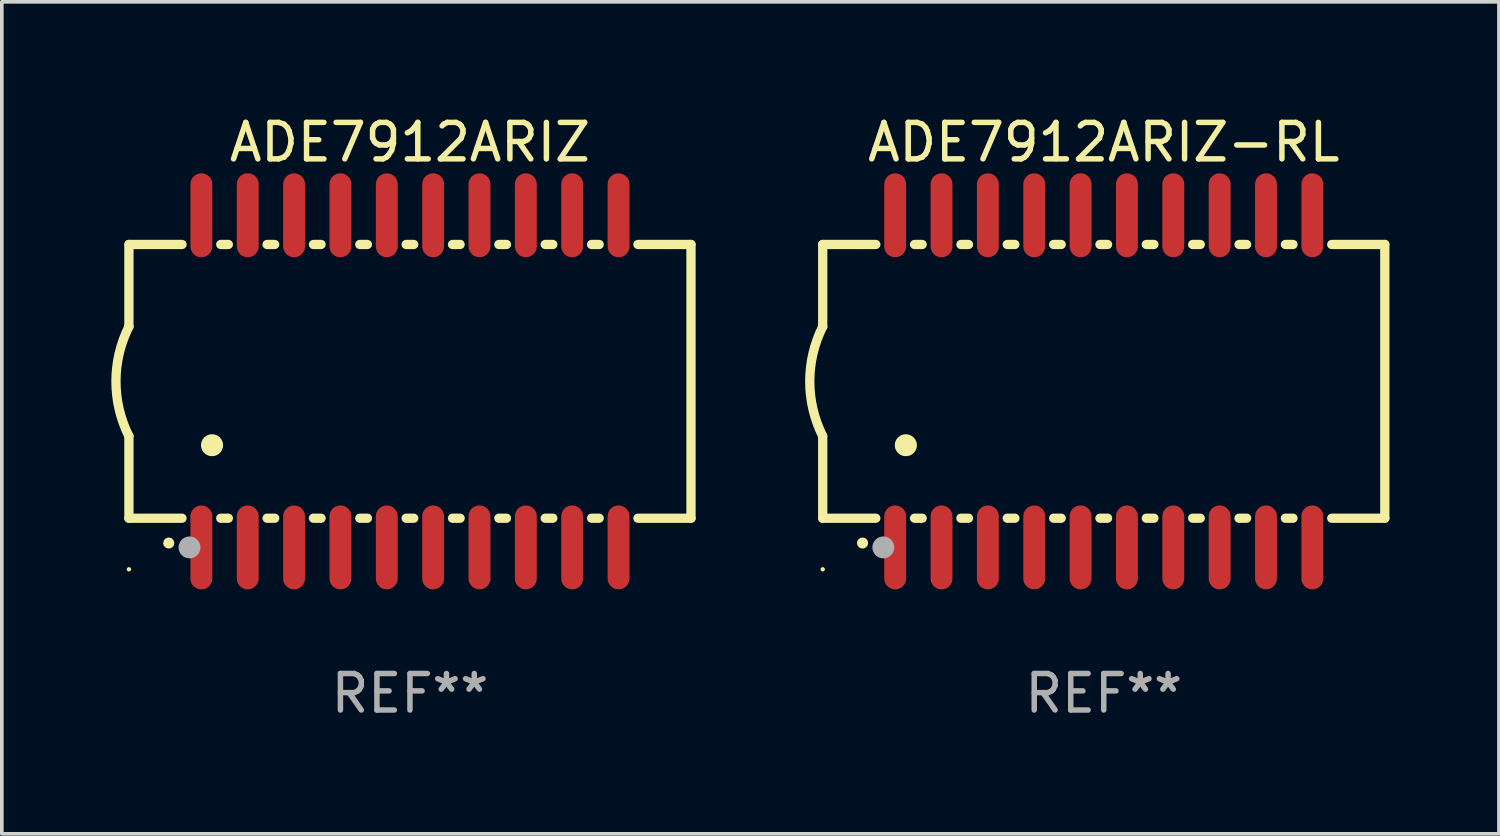
<source format=kicad_pcb>
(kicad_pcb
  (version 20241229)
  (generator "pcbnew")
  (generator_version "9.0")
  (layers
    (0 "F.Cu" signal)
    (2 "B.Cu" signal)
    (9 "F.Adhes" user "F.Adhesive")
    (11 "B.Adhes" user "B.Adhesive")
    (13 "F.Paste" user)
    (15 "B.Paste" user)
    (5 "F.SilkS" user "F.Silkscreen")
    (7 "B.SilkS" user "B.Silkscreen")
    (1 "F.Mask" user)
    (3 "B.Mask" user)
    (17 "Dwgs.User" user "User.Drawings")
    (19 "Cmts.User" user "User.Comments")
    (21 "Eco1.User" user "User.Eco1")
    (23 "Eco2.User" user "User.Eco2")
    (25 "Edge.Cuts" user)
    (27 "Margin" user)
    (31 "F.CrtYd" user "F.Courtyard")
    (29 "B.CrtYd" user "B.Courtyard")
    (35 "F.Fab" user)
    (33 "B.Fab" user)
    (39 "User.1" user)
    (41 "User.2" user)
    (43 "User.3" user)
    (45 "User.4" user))
  (footprint "ADE7912ARIZ-RL"
    (layer "F.Cu")
    (at 27.191 7.398)
    (property "Reference" "ADE7912ARIZ-RL" (at 0 -6.55 0) (layer "F.SilkS") (effects (font (size 1 1) (thickness 0.15))))
    (attr through_hole)
    (fp_line (start -7.7 -3.75) (end -7.7 -1.5) (stroke (width 0.254) (type solid)) (layer "F.SilkS"))
    (fp_line (start -7.7 -3.75) (end -6.246 -3.75) (stroke (width 0.254) (type solid)) (layer "F.SilkS"))
    (fp_line (start -7.7 3.75) (end -7.7 1.5) (stroke (width 0.254) (type solid)) (layer "F.SilkS"))
    (fp_line (start -7.7 3.75) (end -6.246 3.75) (stroke (width 0.254) (type solid)) (layer "F.SilkS"))
    (fp_line (start -5.184 -3.75) (end -4.976 -3.75) (stroke (width 0.254) (type solid)) (layer "F.SilkS"))
    (fp_line (start -5.184 3.75) (end -4.976 3.75) (stroke (width 0.254) (type solid)) (layer "F.SilkS"))
    (fp_line (start -3.914 -3.75) (end -3.706 -3.75) (stroke (width 0.254) (type solid)) (layer "F.SilkS"))
    (fp_line (start -3.914 3.75) (end -3.706 3.75) (stroke (width 0.254) (type solid)) (layer "F.SilkS"))
    (fp_line (start -2.644 -3.75) (end -2.436 -3.75) (stroke (width 0.254) (type solid)) (layer "F.SilkS"))
    (fp_line (start -2.644 3.75) (end -2.436 3.75) (stroke (width 0.254) (type solid)) (layer "F.SilkS"))
    (fp_line (start -1.374 -3.75) (end -1.166 -3.75) (stroke (width 0.254) (type solid)) (layer "F.SilkS"))
    (fp_line (start -1.374 3.75) (end -1.166 3.75) (stroke (width 0.254) (type solid)) (layer "F.SilkS"))
    (fp_line (start -0.104 -3.75) (end 0.104 -3.75) (stroke (width 0.254) (type solid)) (layer "F.SilkS"))
    (fp_line (start -0.104 3.75) (end 0.104 3.75) (stroke (width 0.254) (type solid)) (layer "F.SilkS"))
    (fp_line (start 1.166 -3.75) (end 1.374 -3.75) (stroke (width 0.254) (type solid)) (layer "F.SilkS"))
    (fp_line (start 1.166 3.75) (end 1.374 3.75) (stroke (width 0.254) (type solid)) (layer "F.SilkS"))
    (fp_line (start 2.436 -3.75) (end 2.644 -3.75) (stroke (width 0.254) (type solid)) (layer "F.SilkS"))
    (fp_line (start 2.436 3.75) (end 2.644 3.75) (stroke (width 0.254) (type solid)) (layer "F.SilkS"))
    (fp_line (start 3.706 -3.75) (end 3.914 -3.75) (stroke (width 0.254) (type solid)) (layer "F.SilkS"))
    (fp_line (start 3.706 3.75) (end 3.914 3.75) (stroke (width 0.254) (type solid)) (layer "F.SilkS"))
    (fp_line (start 4.976 -3.75) (end 5.184 -3.75) (stroke (width 0.254) (type solid)) (layer "F.SilkS"))
    (fp_line (start 4.976 3.75) (end 5.184 3.75) (stroke (width 0.254) (type solid)) (layer "F.SilkS"))
    (fp_line (start 6.246 -3.75) (end 7.7 -3.75) (stroke (width 0.254) (type solid)) (layer "F.SilkS"))
    (fp_line (start 6.246 3.75) (end 7.7 3.75) (stroke (width 0.254) (type solid)) (layer "F.SilkS"))
    (fp_line (start 7.7 -3.75) (end 7.7 3.75) (stroke (width 0.254) (type solid)) (layer "F.SilkS"))
    (fp_arc (start -7.700939 1.500889) (mid -8.05482 0.000388) (end -7.700025 -1.499898) (stroke (width 0.254001) (type solid)) (layer "F.SilkS"))
    (fp_arc (start -6.610008 4.430099) (mid -6.608738 4.430094) (end -6.607468 4.430099) (stroke (width 0.3) (type solid)) (layer "F.SilkS"))
    (fp_arc (start -5.425451 1.750165) (mid -5.422911 1.750154) (end -5.420371 1.750165) (stroke (width 0.6) (type solid)) (layer "F.SilkS"))
    (fp_circle (center -7.7 5.15) (end -7.67 5.15) (stroke (width 0.06) (type solid)) (fill no) (layer "F.SilkS"))
    (fp_circle (center -6.04 4.55) (end -5.89 4.55) (stroke (width 0.3) (type solid)) (fill no) (layer "F.Fab"))
    (fp_text user "REF**" (at 0 8.55 0) (layer "F.Fab") (effects (font (size 1 1) (thickness 0.15))))
    (pad "1" smd oval (at -5.715 4.55 180) (size 0.6 2.3) (layers "F.Cu" "F.Mask" "F.Paste"))
    (pad "2" smd oval (at -4.445 4.55 180) (size 0.6 2.3) (layers "F.Cu" "F.Mask" "F.Paste"))
    (pad "3" smd oval (at -3.175 4.55 180) (size 0.6 2.3) (layers "F.Cu" "F.Mask" "F.Paste"))
    (pad "4" smd oval (at -1.905 4.55 180) (size 0.6 2.3) (layers "F.Cu" "F.Mask" "F.Paste"))
    (pad "5" smd oval (at -0.635 4.55 180) (size 0.6 2.3) (layers "F.Cu" "F.Mask" "F.Paste"))
    (pad "6" smd oval (at 0.635 4.55 180) (size 0.6 2.3) (layers "F.Cu" "F.Mask" "F.Paste"))
    (pad "7" smd oval (at 1.905 4.55 180) (size 0.6 2.3) (layers "F.Cu" "F.Mask" "F.Paste"))
    (pad "8" smd oval (at 3.175 4.55 180) (size 0.6 2.3) (layers "F.Cu" "F.Mask" "F.Paste"))
    (pad "9" smd oval (at 4.445 4.55 180) (size 0.6 2.3) (layers "F.Cu" "F.Mask" "F.Paste"))
    (pad "10" smd oval (at 5.715 4.55 180) (size 0.6 2.3) (layers "F.Cu" "F.Mask" "F.Paste"))
    (pad "11" smd oval (at 5.715 -4.55 180) (size 0.6 2.3) (layers "F.Cu" "F.Mask" "F.Paste"))
    (pad "12" smd oval (at 4.445 -4.55 180) (size 0.6 2.3) (layers "F.Cu" "F.Mask" "F.Paste"))
    (pad "13" smd oval (at 3.175 -4.55 180) (size 0.6 2.3) (layers "F.Cu" "F.Mask" "F.Paste"))
    (pad "14" smd oval (at 1.905 -4.55 180) (size 0.6 2.3) (layers "F.Cu" "F.Mask" "F.Paste"))
    (pad "15" smd oval (at 0.635 -4.55 180) (size 0.6 2.3) (layers "F.Cu" "F.Mask" "F.Paste"))
    (pad "16" smd oval (at -0.635 -4.55 180) (size 0.6 2.3) (layers "F.Cu" "F.Mask" "F.Paste"))
    (pad "17" smd oval (at -1.905 -4.55 180) (size 0.6 2.3) (layers "F.Cu" "F.Mask" "F.Paste"))
    (pad "18" smd oval (at -3.175 -4.55 180) (size 0.6 2.3) (layers "F.Cu" "F.Mask" "F.Paste"))
    (pad "19" smd oval (at -4.445 -4.55 180) (size 0.6 2.3) (layers "F.Cu" "F.Mask" "F.Paste"))
    (pad "20" smd oval (at -5.715 -4.55 180) (size 0.6 2.3) (layers "F.Cu" "F.Mask" "F.Paste")))
  (footprint "ADE7912ARIZ"
    (layer "F.Cu")
    (at 8.182 7.398)
    (property "Reference" "ADE7912ARIZ" (at 0 -6.55 0) (layer "F.SilkS") (effects (font (size 1 1) (thickness 0.15))))
    (attr through_hole)
    (fp_line (start -7.7 -3.75) (end -7.7 -1.5) (stroke (width 0.254) (type solid)) (layer "F.SilkS"))
    (fp_line (start -7.7 -3.75) (end -6.246 -3.75) (stroke (width 0.254) (type solid)) (layer "F.SilkS"))
    (fp_line (start -7.7 3.75) (end -7.7 1.5) (stroke (width 0.254) (type solid)) (layer "F.SilkS"))
    (fp_line (start -7.7 3.75) (end -6.246 3.75) (stroke (width 0.254) (type solid)) (layer "F.SilkS"))
    (fp_line (start -5.184 -3.75) (end -4.976 -3.75) (stroke (width 0.254) (type solid)) (layer "F.SilkS"))
    (fp_line (start -5.184 3.75) (end -4.976 3.75) (stroke (width 0.254) (type solid)) (layer "F.SilkS"))
    (fp_line (start -3.914 -3.75) (end -3.706 -3.75) (stroke (width 0.254) (type solid)) (layer "F.SilkS"))
    (fp_line (start -3.914 3.75) (end -3.706 3.75) (stroke (width 0.254) (type solid)) (layer "F.SilkS"))
    (fp_line (start -2.644 -3.75) (end -2.436 -3.75) (stroke (width 0.254) (type solid)) (layer "F.SilkS"))
    (fp_line (start -2.644 3.75) (end -2.436 3.75) (stroke (width 0.254) (type solid)) (layer "F.SilkS"))
    (fp_line (start -1.374 -3.75) (end -1.166 -3.75) (stroke (width 0.254) (type solid)) (layer "F.SilkS"))
    (fp_line (start -1.374 3.75) (end -1.166 3.75) (stroke (width 0.254) (type solid)) (layer "F.SilkS"))
    (fp_line (start -0.104 -3.75) (end 0.104 -3.75) (stroke (width 0.254) (type solid)) (layer "F.SilkS"))
    (fp_line (start -0.104 3.75) (end 0.104 3.75) (stroke (width 0.254) (type solid)) (layer "F.SilkS"))
    (fp_line (start 1.166 -3.75) (end 1.374 -3.75) (stroke (width 0.254) (type solid)) (layer "F.SilkS"))
    (fp_line (start 1.166 3.75) (end 1.374 3.75) (stroke (width 0.254) (type solid)) (layer "F.SilkS"))
    (fp_line (start 2.436 -3.75) (end 2.644 -3.75) (stroke (width 0.254) (type solid)) (layer "F.SilkS"))
    (fp_line (start 2.436 3.75) (end 2.644 3.75) (stroke (width 0.254) (type solid)) (layer "F.SilkS"))
    (fp_line (start 3.706 -3.75) (end 3.914 -3.75) (stroke (width 0.254) (type solid)) (layer "F.SilkS"))
    (fp_line (start 3.706 3.75) (end 3.914 3.75) (stroke (width 0.254) (type solid)) (layer "F.SilkS"))
    (fp_line (start 4.976 -3.75) (end 5.184 -3.75) (stroke (width 0.254) (type solid)) (layer "F.SilkS"))
    (fp_line (start 4.976 3.75) (end 5.184 3.75) (stroke (width 0.254) (type solid)) (layer "F.SilkS"))
    (fp_line (start 6.246 -3.75) (end 7.7 -3.75) (stroke (width 0.254) (type solid)) (layer "F.SilkS"))
    (fp_line (start 6.246 3.75) (end 7.7 3.75) (stroke (width 0.254) (type solid)) (layer "F.SilkS"))
    (fp_line (start 7.7 -3.75) (end 7.7 3.75) (stroke (width 0.254) (type solid)) (layer "F.SilkS"))
    (fp_arc (start -7.700939 1.500889) (mid -8.05482 0.000388) (end -7.700025 -1.499898) (stroke (width 0.254001) (type solid)) (layer "F.SilkS"))
    (fp_arc (start -6.610008 4.430099) (mid -6.608738 4.430094) (end -6.607468 4.430099) (stroke (width 0.3) (type solid)) (layer "F.SilkS"))
    (fp_arc (start -5.425451 1.750165) (mid -5.422911 1.750154) (end -5.420371 1.750165) (stroke (width 0.6) (type solid)) (layer "F.SilkS"))
    (fp_circle (center -7.7 5.15) (end -7.67 5.15) (stroke (width 0.06) (type solid)) (fill no) (layer "F.SilkS"))
    (fp_circle (center -6.04 4.55) (end -5.89 4.55) (stroke (width 0.3) (type solid)) (fill no) (layer "F.Fab"))
    (fp_text user "REF**" (at 0 8.55 0) (layer "F.Fab") (effects (font (size 1 1) (thickness 0.15))))
    (pad "1" smd oval (at -5.715 4.55 180) (size 0.6 2.3) (layers "F.Cu" "F.Mask" "F.Paste"))
    (pad "2" smd oval (at -4.445 4.55 180) (size 0.6 2.3) (layers "F.Cu" "F.Mask" "F.Paste"))
    (pad "3" smd oval (at -3.175 4.55 180) (size 0.6 2.3) (layers "F.Cu" "F.Mask" "F.Paste"))
    (pad "4" smd oval (at -1.905 4.55 180) (size 0.6 2.3) (layers "F.Cu" "F.Mask" "F.Paste"))
    (pad "5" smd oval (at -0.635 4.55 180) (size 0.6 2.3) (layers "F.Cu" "F.Mask" "F.Paste"))
    (pad "6" smd oval (at 0.635 4.55 180) (size 0.6 2.3) (layers "F.Cu" "F.Mask" "F.Paste"))
    (pad "7" smd oval (at 1.905 4.55 180) (size 0.6 2.3) (layers "F.Cu" "F.Mask" "F.Paste"))
    (pad "8" smd oval (at 3.175 4.55 180) (size 0.6 2.3) (layers "F.Cu" "F.Mask" "F.Paste"))
    (pad "9" smd oval (at 4.445 4.55 180) (size 0.6 2.3) (layers "F.Cu" "F.Mask" "F.Paste"))
    (pad "10" smd oval (at 5.715 4.55 180) (size 0.6 2.3) (layers "F.Cu" "F.Mask" "F.Paste"))
    (pad "11" smd oval (at 5.715 -4.55 180) (size 0.6 2.3) (layers "F.Cu" "F.Mask" "F.Paste"))
    (pad "12" smd oval (at 4.445 -4.55 180) (size 0.6 2.3) (layers "F.Cu" "F.Mask" "F.Paste"))
    (pad "13" smd oval (at 3.175 -4.55 180) (size 0.6 2.3) (layers "F.Cu" "F.Mask" "F.Paste"))
    (pad "14" smd oval (at 1.905 -4.55 180) (size 0.6 2.3) (layers "F.Cu" "F.Mask" "F.Paste"))
    (pad "15" smd oval (at 0.635 -4.55 180) (size 0.6 2.3) (layers "F.Cu" "F.Mask" "F.Paste"))
    (pad "16" smd oval (at -0.635 -4.55 180) (size 0.6 2.3) (layers "F.Cu" "F.Mask" "F.Paste"))
    (pad "17" smd oval (at -1.905 -4.55 180) (size 0.6 2.3) (layers "F.Cu" "F.Mask" "F.Paste"))
    (pad "18" smd oval (at -3.175 -4.55 180) (size 0.6 2.3) (layers "F.Cu" "F.Mask" "F.Paste"))
    (pad "19" smd oval (at -4.445 -4.55 180) (size 0.6 2.3) (layers "F.Cu" "F.Mask" "F.Paste"))
    (pad "20" smd oval (at -5.715 -4.55 180) (size 0.6 2.3) (layers "F.Cu" "F.Mask" "F.Paste")))
  (gr_rect
    (start -3 -3)
    (end 38.018 19.796)
    (stroke (width 0.1) (type default))
    (fill no)
    (layer "Edge.Cuts")))
</source>
